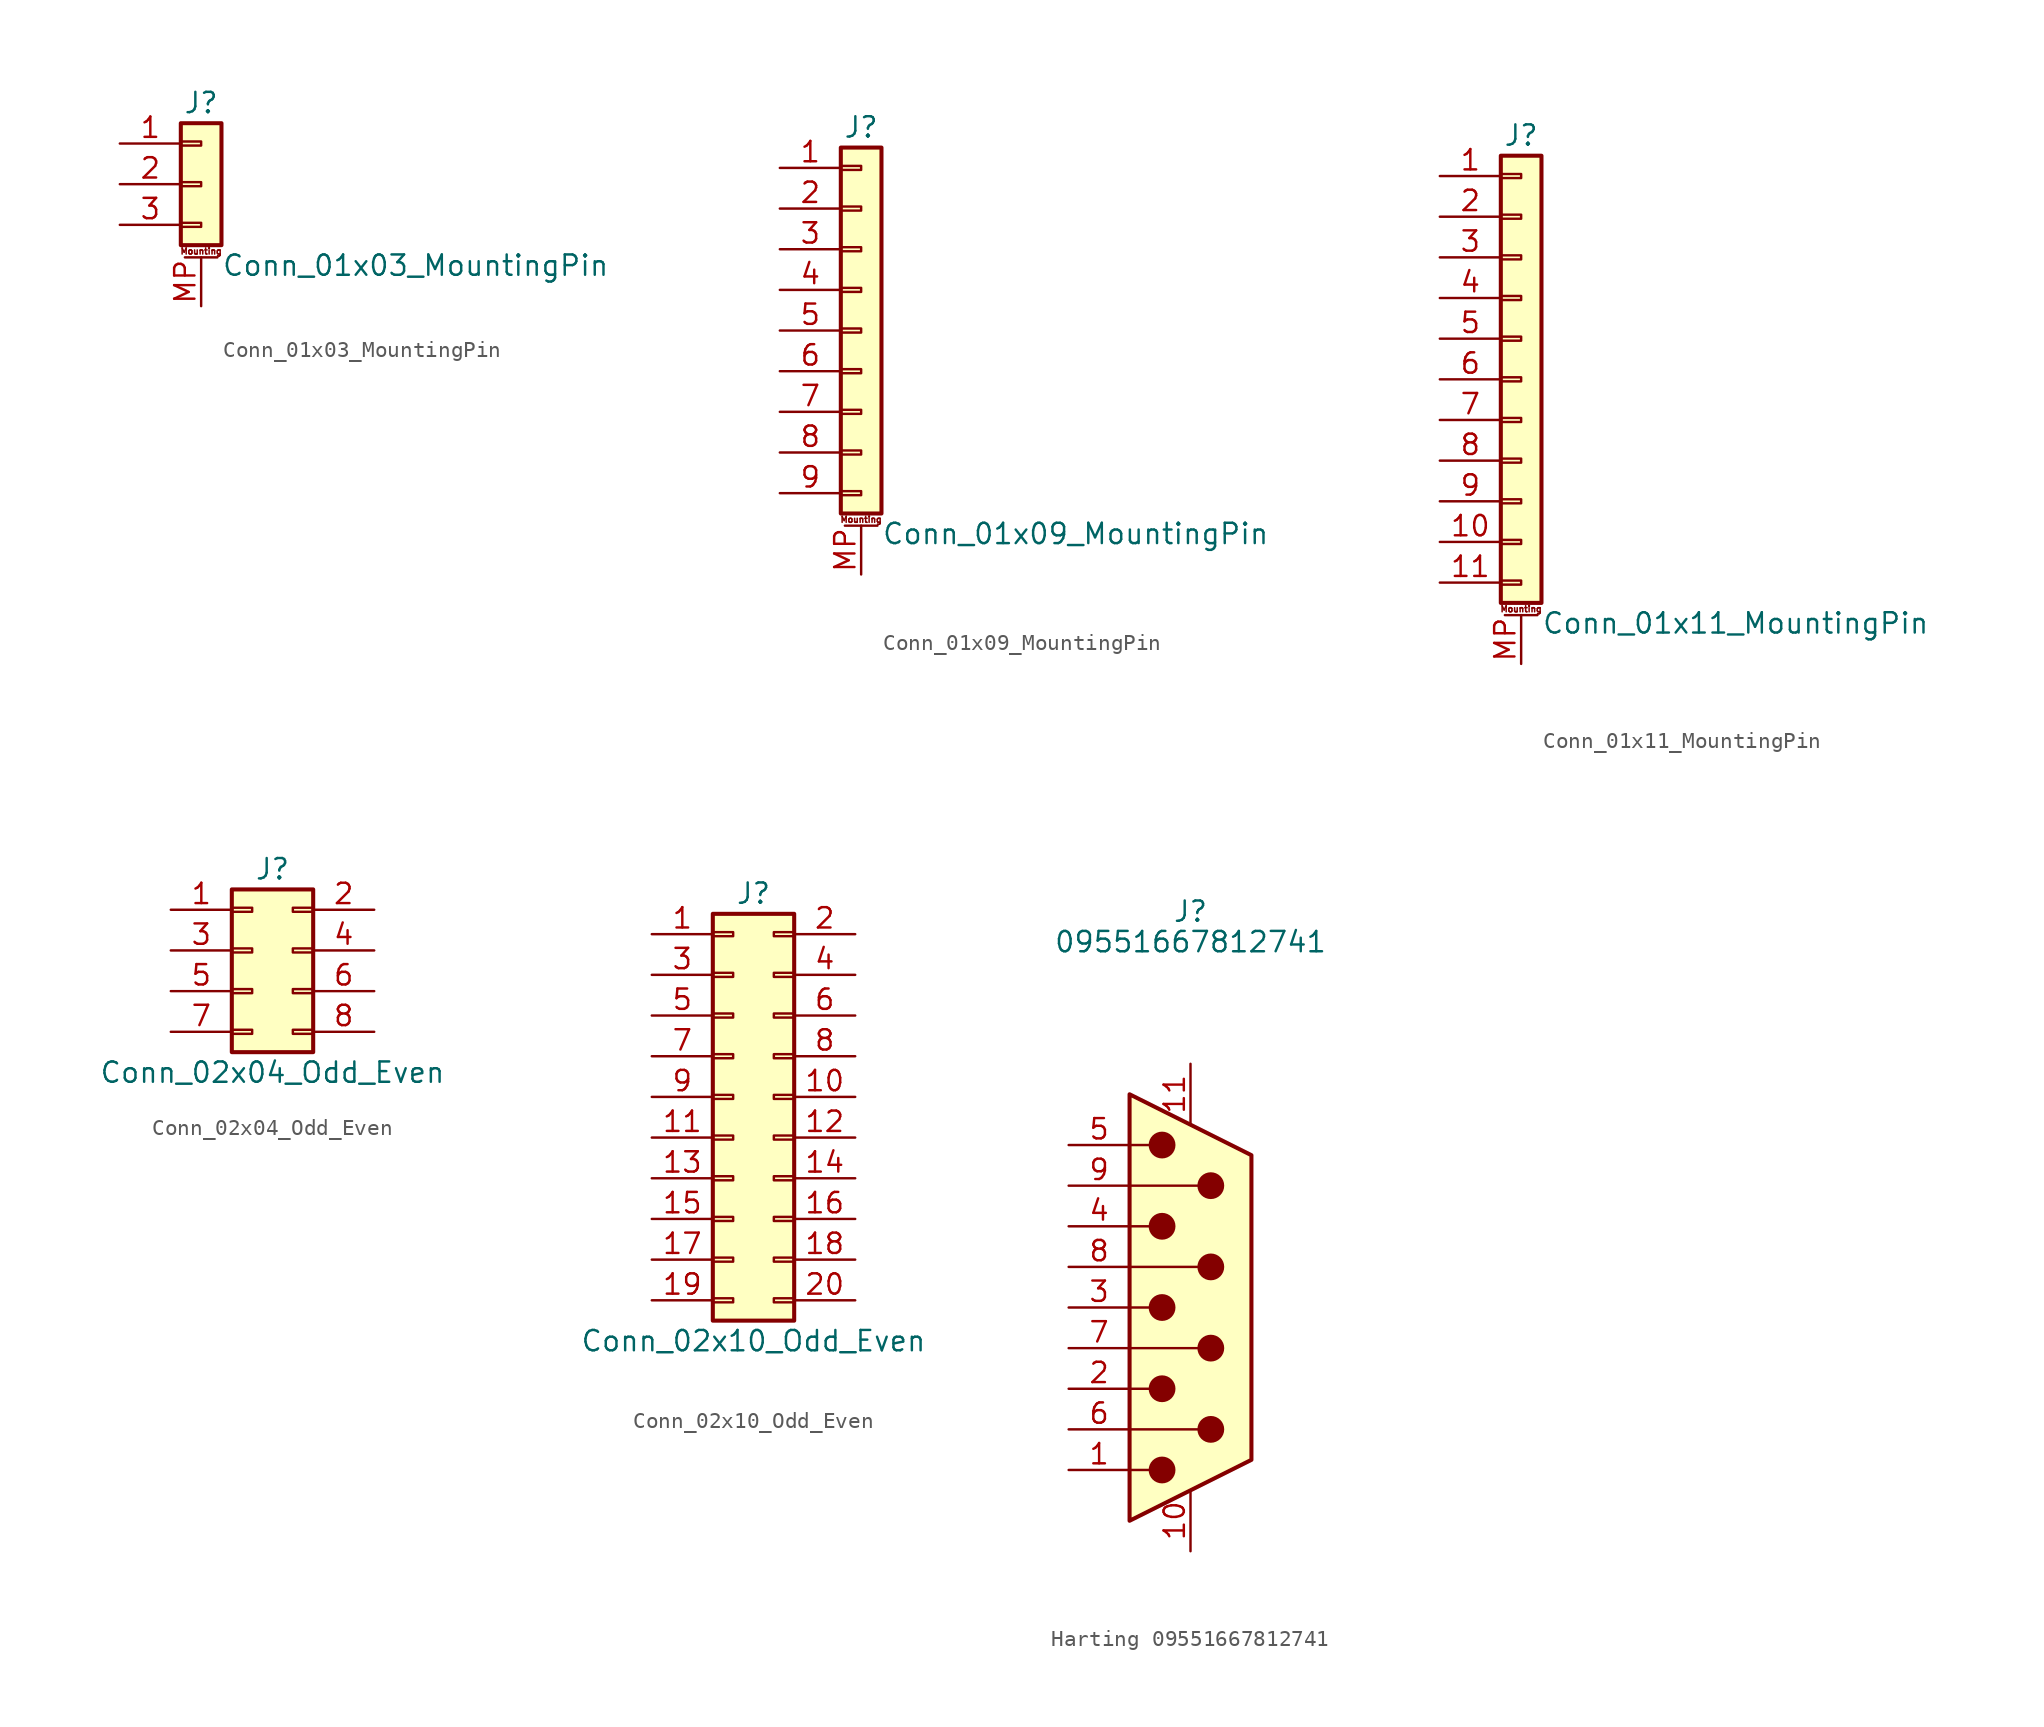
<source format=kicad_sym>
(kicad_symbol_lib
  (version 20241209)
  (generator "kicad_symbol_editor")
  (generator_version "9.0")
  (symbol "Conn_01x03_MountingPin"
    (pin_names
      (offset 1.016)
      (hide yes))
    (property "Reference" "J"
      (at 0 5.08 0)
      (effects (font (size 1.27 1.27))))
    (property "Value" "Conn_01x03_MountingPin"
      (at 1.27 -5.08 0)
      (effects (font (size 1.27 1.27)) (justify left)))
    (symbol "Conn_01x03_MountingPin_1_1"
      (rectangle (start -1.27 3.81) (end 1.27 -3.81) (stroke (width 0.254) (type default)) (fill (type background)))
      (rectangle (start -1.27 2.667) (end 0 2.413) (stroke (width 0.152) (type default)) (fill (type none)))
      (rectangle (start -1.27 0.127) (end 0 -0.127) (stroke (width 0.152) (type default)) (fill (type none)))
      (rectangle (start -1.27 -2.413) (end 0 -2.667) (stroke (width 0.152) (type default)) (fill (type none)))
      (polyline (pts (xy -1.016 -4.572) (xy 1.016 -4.572)) (stroke (width 0.152) (type default)) (fill (type none)))
      (text "Mounting" (at 0 -4.191 0) (effects (font (size 0.381 0.381))))
      (pin passive line (at -5.08 2.54 0) (length 3.81) (name "Pin_1" (effects (font (size 1.27 1.27)))) (number "1" (effects (font (size 1.27 1.27)))))
      (pin passive line (at -5.08 0 0) (length 3.81) (name "Pin_2" (effects (font (size 1.27 1.27)))) (number "2" (effects (font (size 1.27 1.27)))))
      (pin passive line (at -5.08 -2.54 0) (length 3.81) (name "Pin_3" (effects (font (size 1.27 1.27)))) (number "3" (effects (font (size 1.27 1.27)))))
      (pin passive line (at 0 -7.62 90) (length 3.048) (name "MountPin" (effects (font (size 1.27 1.27)))) (number "MP" (effects (font (size 1.27 1.27)))))))
  (symbol "Conn_01x09_MountingPin"
    (pin_names
      (offset 1.016)
      (hide yes))
    (property "Reference" "J"
      (at 0 12.7 0)
      (effects (font (size 1.27 1.27))))
    (property "Value" "Conn_01x09_MountingPin"
      (at 1.27 -12.7 0)
      (effects (font (size 1.27 1.27)) (justify left)))
    (symbol "Conn_01x09_MountingPin_1_1"
      (rectangle (start -1.27 11.43) (end 1.27 -11.43) (stroke (width 0.254) (type default)) (fill (type background)))
      (rectangle (start -1.27 10.287) (end 0 10.033) (stroke (width 0.152) (type default)) (fill (type none)))
      (rectangle (start -1.27 7.747) (end 0 7.493) (stroke (width 0.152) (type default)) (fill (type none)))
      (rectangle (start -1.27 5.207) (end 0 4.953) (stroke (width 0.152) (type default)) (fill (type none)))
      (rectangle (start -1.27 2.667) (end 0 2.413) (stroke (width 0.152) (type default)) (fill (type none)))
      (rectangle (start -1.27 0.127) (end 0 -0.127) (stroke (width 0.152) (type default)) (fill (type none)))
      (rectangle (start -1.27 -2.413) (end 0 -2.667) (stroke (width 0.152) (type default)) (fill (type none)))
      (rectangle (start -1.27 -4.953) (end 0 -5.207) (stroke (width 0.152) (type default)) (fill (type none)))
      (rectangle (start -1.27 -7.493) (end 0 -7.747) (stroke (width 0.152) (type default)) (fill (type none)))
      (rectangle (start -1.27 -10.033) (end 0 -10.287) (stroke (width 0.152) (type default)) (fill (type none)))
      (polyline (pts (xy -1.016 -12.192) (xy 1.016 -12.192)) (stroke (width 0.152) (type default)) (fill (type none)))
      (text "Mounting" (at 0 -11.811 0) (effects (font (size 0.381 0.381))))
      (pin passive line (at -5.08 10.16 0) (length 3.81) (name "Pin_1" (effects (font (size 1.27 1.27)))) (number "1" (effects (font (size 1.27 1.27)))))
      (pin passive line (at -5.08 7.62 0) (length 3.81) (name "Pin_2" (effects (font (size 1.27 1.27)))) (number "2" (effects (font (size 1.27 1.27)))))
      (pin passive line (at -5.08 5.08 0) (length 3.81) (name "Pin_3" (effects (font (size 1.27 1.27)))) (number "3" (effects (font (size 1.27 1.27)))))
      (pin passive line (at -5.08 2.54 0) (length 3.81) (name "Pin_4" (effects (font (size 1.27 1.27)))) (number "4" (effects (font (size 1.27 1.27)))))
      (pin passive line (at -5.08 0 0) (length 3.81) (name "Pin_5" (effects (font (size 1.27 1.27)))) (number "5" (effects (font (size 1.27 1.27)))))
      (pin passive line (at -5.08 -2.54 0) (length 3.81) (name "Pin_6" (effects (font (size 1.27 1.27)))) (number "6" (effects (font (size 1.27 1.27)))))
      (pin passive line (at -5.08 -5.08 0) (length 3.81) (name "Pin_7" (effects (font (size 1.27 1.27)))) (number "7" (effects (font (size 1.27 1.27)))))
      (pin passive line (at -5.08 -7.62 0) (length 3.81) (name "Pin_8" (effects (font (size 1.27 1.27)))) (number "8" (effects (font (size 1.27 1.27)))))
      (pin passive line (at -5.08 -10.16 0) (length 3.81) (name "Pin_9" (effects (font (size 1.27 1.27)))) (number "9" (effects (font (size 1.27 1.27)))))
      (pin passive line (at 0 -15.24 90) (length 3.048) (name "MountPin" (effects (font (size 1.27 1.27)))) (number "MP" (effects (font (size 1.27 1.27)))))))
  (symbol "Conn_01x11_MountingPin"
    (pin_names
      (offset 1.016)
      (hide yes))
    (property "Reference" "J"
      (at 0 15.24 0)
      (effects (font (size 1.27 1.27))))
    (property "Value" "Conn_01x11_MountingPin"
      (at 1.27 -15.24 0)
      (effects (font (size 1.27 1.27)) (justify left)))
    (symbol "Conn_01x11_MountingPin_1_1"
      (rectangle (start -1.27 13.97) (end 1.27 -13.97) (stroke (width 0.254) (type default)) (fill (type background)))
      (rectangle (start -1.27 12.827) (end 0 12.573) (stroke (width 0.152) (type default)) (fill (type none)))
      (rectangle (start -1.27 10.287) (end 0 10.033) (stroke (width 0.152) (type default)) (fill (type none)))
      (rectangle (start -1.27 7.747) (end 0 7.493) (stroke (width 0.152) (type default)) (fill (type none)))
      (rectangle (start -1.27 5.207) (end 0 4.953) (stroke (width 0.152) (type default)) (fill (type none)))
      (rectangle (start -1.27 2.667) (end 0 2.413) (stroke (width 0.152) (type default)) (fill (type none)))
      (rectangle (start -1.27 0.127) (end 0 -0.127) (stroke (width 0.152) (type default)) (fill (type none)))
      (rectangle (start -1.27 -2.413) (end 0 -2.667) (stroke (width 0.152) (type default)) (fill (type none)))
      (rectangle (start -1.27 -4.953) (end 0 -5.207) (stroke (width 0.152) (type default)) (fill (type none)))
      (rectangle (start -1.27 -7.493) (end 0 -7.747) (stroke (width 0.152) (type default)) (fill (type none)))
      (rectangle (start -1.27 -10.033) (end 0 -10.287) (stroke (width 0.152) (type default)) (fill (type none)))
      (rectangle (start -1.27 -12.573) (end 0 -12.827) (stroke (width 0.152) (type default)) (fill (type none)))
      (polyline (pts (xy -1.016 -14.732) (xy 1.016 -14.732)) (stroke (width 0.152) (type default)) (fill (type none)))
      (text "Mounting" (at 0 -14.351 0) (effects (font (size 0.381 0.381))))
      (pin passive line (at -5.08 12.7 0) (length 3.81) (name "Pin_1" (effects (font (size 1.27 1.27)))) (number "1" (effects (font (size 1.27 1.27)))))
      (pin passive line (at -5.08 10.16 0) (length 3.81) (name "Pin_2" (effects (font (size 1.27 1.27)))) (number "2" (effects (font (size 1.27 1.27)))))
      (pin passive line (at -5.08 7.62 0) (length 3.81) (name "Pin_3" (effects (font (size 1.27 1.27)))) (number "3" (effects (font (size 1.27 1.27)))))
      (pin passive line (at -5.08 5.08 0) (length 3.81) (name "Pin_4" (effects (font (size 1.27 1.27)))) (number "4" (effects (font (size 1.27 1.27)))))
      (pin passive line (at -5.08 2.54 0) (length 3.81) (name "Pin_5" (effects (font (size 1.27 1.27)))) (number "5" (effects (font (size 1.27 1.27)))))
      (pin passive line (at -5.08 0 0) (length 3.81) (name "Pin_6" (effects (font (size 1.27 1.27)))) (number "6" (effects (font (size 1.27 1.27)))))
      (pin passive line (at -5.08 -2.54 0) (length 3.81) (name "Pin_7" (effects (font (size 1.27 1.27)))) (number "7" (effects (font (size 1.27 1.27)))))
      (pin passive line (at -5.08 -5.08 0) (length 3.81) (name "Pin_8" (effects (font (size 1.27 1.27)))) (number "8" (effects (font (size 1.27 1.27)))))
      (pin passive line (at -5.08 -7.62 0) (length 3.81) (name "Pin_9" (effects (font (size 1.27 1.27)))) (number "9" (effects (font (size 1.27 1.27)))))
      (pin passive line (at -5.08 -10.16 0) (length 3.81) (name "Pin_10" (effects (font (size 1.27 1.27)))) (number "10" (effects (font (size 1.27 1.27)))))
      (pin passive line (at -5.08 -12.7 0) (length 3.81) (name "Pin_11" (effects (font (size 1.27 1.27)))) (number "11" (effects (font (size 1.27 1.27)))))
      (pin passive line (at 0 -17.78 90) (length 3.048) (name "MountPin" (effects (font (size 1.27 1.27)))) (number "MP" (effects (font (size 1.27 1.27)))))))
  (symbol "Conn_02x04_Odd_Even"
    (pin_names
      (offset 1.016)
      (hide yes))
    (property "Reference" "J"
      (at 1.27 5.08 0)
      (effects (font (size 1.27 1.27))))
    (property "Value" "Conn_02x04_Odd_Even"
      (at 1.27 -7.62 0)
      (effects (font (size 1.27 1.27))))
    (symbol "Conn_02x04_Odd_Even_1_1"
      (rectangle (start -1.27 3.81) (end 3.81 -6.35) (stroke (width 0.254) (type default)) (fill (type background)))
      (rectangle (start -1.27 2.667) (end 0 2.413) (stroke (width 0.152) (type default)) (fill (type none)))
      (rectangle (start -1.27 0.127) (end 0 -0.127) (stroke (width 0.152) (type default)) (fill (type none)))
      (rectangle (start -1.27 -2.413) (end 0 -2.667) (stroke (width 0.152) (type default)) (fill (type none)))
      (rectangle (start -1.27 -4.953) (end 0 -5.207) (stroke (width 0.152) (type default)) (fill (type none)))
      (rectangle (start 3.81 2.667) (end 2.54 2.413) (stroke (width 0.152) (type default)) (fill (type none)))
      (rectangle (start 3.81 0.127) (end 2.54 -0.127) (stroke (width 0.152) (type default)) (fill (type none)))
      (rectangle (start 3.81 -2.413) (end 2.54 -2.667) (stroke (width 0.152) (type default)) (fill (type none)))
      (rectangle (start 3.81 -4.953) (end 2.54 -5.207) (stroke (width 0.152) (type default)) (fill (type none)))
      (pin passive line (at -5.08 2.54 0) (length 3.81) (name "Pin_1" (effects (font (size 1.27 1.27)))) (number "1" (effects (font (size 1.27 1.27)))))
      (pin passive line (at -5.08 0 0) (length 3.81) (name "Pin_3" (effects (font (size 1.27 1.27)))) (number "3" (effects (font (size 1.27 1.27)))))
      (pin passive line (at -5.08 -2.54 0) (length 3.81) (name "Pin_5" (effects (font (size 1.27 1.27)))) (number "5" (effects (font (size 1.27 1.27)))))
      (pin passive line (at -5.08 -5.08 0) (length 3.81) (name "Pin_7" (effects (font (size 1.27 1.27)))) (number "7" (effects (font (size 1.27 1.27)))))
      (pin passive line (at 7.62 2.54 180) (length 3.81) (name "Pin_2" (effects (font (size 1.27 1.27)))) (number "2" (effects (font (size 1.27 1.27)))))
      (pin passive line (at 7.62 0 180) (length 3.81) (name "Pin_4" (effects (font (size 1.27 1.27)))) (number "4" (effects (font (size 1.27 1.27)))))
      (pin passive line (at 7.62 -2.54 180) (length 3.81) (name "Pin_6" (effects (font (size 1.27 1.27)))) (number "6" (effects (font (size 1.27 1.27)))))
      (pin passive line (at 7.62 -5.08 180) (length 3.81) (name "Pin_8" (effects (font (size 1.27 1.27)))) (number "8" (effects (font (size 1.27 1.27)))))))
  (symbol "Conn_02x10_Odd_Even"
    (pin_names
      (offset 1.016)
      (hide yes))
    (property "Reference" "J"
      (at 1.27 12.7 0)
      (effects (font (size 1.27 1.27))))
    (property "Value" "Conn_02x10_Odd_Even"
      (at 1.27 -15.24 0)
      (effects (font (size 1.27 1.27))))
    (symbol "Conn_02x10_Odd_Even_1_1"
      (rectangle (start -1.27 11.43) (end 3.81 -13.97) (stroke (width 0.254) (type default)) (fill (type background)))
      (rectangle (start -1.27 10.287) (end 0 10.033) (stroke (width 0.152) (type default)) (fill (type none)))
      (rectangle (start -1.27 7.747) (end 0 7.493) (stroke (width 0.152) (type default)) (fill (type none)))
      (rectangle (start -1.27 5.207) (end 0 4.953) (stroke (width 0.152) (type default)) (fill (type none)))
      (rectangle (start -1.27 2.667) (end 0 2.413) (stroke (width 0.152) (type default)) (fill (type none)))
      (rectangle (start -1.27 0.127) (end 0 -0.127) (stroke (width 0.152) (type default)) (fill (type none)))
      (rectangle (start -1.27 -2.413) (end 0 -2.667) (stroke (width 0.152) (type default)) (fill (type none)))
      (rectangle (start -1.27 -4.953) (end 0 -5.207) (stroke (width 0.152) (type default)) (fill (type none)))
      (rectangle (start -1.27 -7.493) (end 0 -7.747) (stroke (width 0.152) (type default)) (fill (type none)))
      (rectangle (start -1.27 -10.033) (end 0 -10.287) (stroke (width 0.152) (type default)) (fill (type none)))
      (rectangle (start -1.27 -12.573) (end 0 -12.827) (stroke (width 0.152) (type default)) (fill (type none)))
      (rectangle (start 3.81 10.287) (end 2.54 10.033) (stroke (width 0.152) (type default)) (fill (type none)))
      (rectangle (start 3.81 7.747) (end 2.54 7.493) (stroke (width 0.152) (type default)) (fill (type none)))
      (rectangle (start 3.81 5.207) (end 2.54 4.953) (stroke (width 0.152) (type default)) (fill (type none)))
      (rectangle (start 3.81 2.667) (end 2.54 2.413) (stroke (width 0.152) (type default)) (fill (type none)))
      (rectangle (start 3.81 0.127) (end 2.54 -0.127) (stroke (width 0.152) (type default)) (fill (type none)))
      (rectangle (start 3.81 -2.413) (end 2.54 -2.667) (stroke (width 0.152) (type default)) (fill (type none)))
      (rectangle (start 3.81 -4.953) (end 2.54 -5.207) (stroke (width 0.152) (type default)) (fill (type none)))
      (rectangle (start 3.81 -7.493) (end 2.54 -7.747) (stroke (width 0.152) (type default)) (fill (type none)))
      (rectangle (start 3.81 -10.033) (end 2.54 -10.287) (stroke (width 0.152) (type default)) (fill (type none)))
      (rectangle (start 3.81 -12.573) (end 2.54 -12.827) (stroke (width 0.152) (type default)) (fill (type none)))
      (pin passive line (at -5.08 10.16 0) (length 3.81) (name "Pin_1" (effects (font (size 1.27 1.27)))) (number "1" (effects (font (size 1.27 1.27)))))
      (pin passive line (at -5.08 7.62 0) (length 3.81) (name "Pin_3" (effects (font (size 1.27 1.27)))) (number "3" (effects (font (size 1.27 1.27)))))
      (pin passive line (at -5.08 5.08 0) (length 3.81) (name "Pin_5" (effects (font (size 1.27 1.27)))) (number "5" (effects (font (size 1.27 1.27)))))
      (pin passive line (at -5.08 2.54 0) (length 3.81) (name "Pin_7" (effects (font (size 1.27 1.27)))) (number "7" (effects (font (size 1.27 1.27)))))
      (pin passive line (at -5.08 0 0) (length 3.81) (name "Pin_9" (effects (font (size 1.27 1.27)))) (number "9" (effects (font (size 1.27 1.27)))))
      (pin passive line (at -5.08 -2.54 0) (length 3.81) (name "Pin_11" (effects (font (size 1.27 1.27)))) (number "11" (effects (font (size 1.27 1.27)))))
      (pin passive line (at -5.08 -5.08 0) (length 3.81) (name "Pin_13" (effects (font (size 1.27 1.27)))) (number "13" (effects (font (size 1.27 1.27)))))
      (pin passive line (at -5.08 -7.62 0) (length 3.81) (name "Pin_15" (effects (font (size 1.27 1.27)))) (number "15" (effects (font (size 1.27 1.27)))))
      (pin passive line (at -5.08 -10.16 0) (length 3.81) (name "Pin_17" (effects (font (size 1.27 1.27)))) (number "17" (effects (font (size 1.27 1.27)))))
      (pin passive line (at -5.08 -12.7 0) (length 3.81) (name "Pin_19" (effects (font (size 1.27 1.27)))) (number "19" (effects (font (size 1.27 1.27)))))
      (pin passive line (at 7.62 10.16 180) (length 3.81) (name "Pin_2" (effects (font (size 1.27 1.27)))) (number "2" (effects (font (size 1.27 1.27)))))
      (pin passive line (at 7.62 7.62 180) (length 3.81) (name "Pin_4" (effects (font (size 1.27 1.27)))) (number "4" (effects (font (size 1.27 1.27)))))
      (pin passive line (at 7.62 5.08 180) (length 3.81) (name "Pin_6" (effects (font (size 1.27 1.27)))) (number "6" (effects (font (size 1.27 1.27)))))
      (pin passive line (at 7.62 2.54 180) (length 3.81) (name "Pin_8" (effects (font (size 1.27 1.27)))) (number "8" (effects (font (size 1.27 1.27)))))
      (pin passive line (at 7.62 0 180) (length 3.81) (name "Pin_10" (effects (font (size 1.27 1.27)))) (number "10" (effects (font (size 1.27 1.27)))))
      (pin passive line (at 7.62 -2.54 180) (length 3.81) (name "Pin_12" (effects (font (size 1.27 1.27)))) (number "12" (effects (font (size 1.27 1.27)))))
      (pin passive line (at 7.62 -5.08 180) (length 3.81) (name "Pin_14" (effects (font (size 1.27 1.27)))) (number "14" (effects (font (size 1.27 1.27)))))
      (pin passive line (at 7.62 -7.62 180) (length 3.81) (name "Pin_16" (effects (font (size 1.27 1.27)))) (number "16" (effects (font (size 1.27 1.27)))))
      (pin passive line (at 7.62 -10.16 180) (length 3.81) (name "Pin_18" (effects (font (size 1.27 1.27)))) (number "18" (effects (font (size 1.27 1.27)))))
      (pin passive line (at 7.62 -12.7 180) (length 3.81) (name "Pin_20" (effects (font (size 1.27 1.27)))) (number "20" (effects (font (size 1.27 1.27)))))))
  (symbol "Harting 09551667812741"
    (pin_names
      (offset 1.016)
      (hide yes))
    (property "Reference" "J"
      (at 0 24.765 0)
      (effects (font (size 1.27 1.27))))
    (property "Value" "09551667812741"
      (at 0 22.86 0)
      (effects (font (size 1.27 1.27))))
    (symbol "Harting 09551667812741_0_1"
      (polyline (pts (xy -3.81 10.16) (xy -2.54 10.16)) (stroke (width 0) (type default)) (fill (type none)))
      (polyline (pts (xy -3.81 7.62) (xy 0.508 7.62)) (stroke (width 0) (type default)) (fill (type none)))
      (polyline (pts (xy -3.81 5.08) (xy -2.54 5.08)) (stroke (width 0) (type default)) (fill (type none)))
      (polyline (pts (xy -3.81 2.54) (xy 0.508 2.54)) (stroke (width 0) (type default)) (fill (type none)))
      (polyline (pts (xy -3.81 0) (xy -2.54 0)) (stroke (width 0) (type default)) (fill (type none)))
      (polyline (pts (xy -3.81 -2.54) (xy 0.508 -2.54)) (stroke (width 0) (type default)) (fill (type none)))
      (polyline (pts (xy -3.81 -5.08) (xy -2.54 -5.08)) (stroke (width 0) (type default)) (fill (type none)))
      (polyline (pts (xy -3.81 -7.62) (xy 0.508 -7.62)) (stroke (width 0) (type default)) (fill (type none)))
      (polyline (pts (xy -3.81 -10.16) (xy -2.54 -10.16)) (stroke (width 0) (type default)) (fill (type none)))
      (polyline (pts (xy -3.81 -13.335) (xy -3.81 13.335) (xy 3.81 9.525) (xy 3.81 -9.525) (xy -3.81 -13.335)) (stroke (width 0.254) (type default)) (fill (type background)))
      (circle (center -1.778 10.16) (radius 0.762) (stroke (width 0) (type default)) (fill (type outline)))
      (circle (center -1.778 5.08) (radius 0.762) (stroke (width 0) (type default)) (fill (type outline)))
      (circle (center -1.778 0) (radius 0.762) (stroke (width 0) (type default)) (fill (type outline)))
      (circle (center -1.778 -5.08) (radius 0.762) (stroke (width 0) (type default)) (fill (type outline)))
      (circle (center -1.778 -10.16) (radius 0.762) (stroke (width 0) (type default)) (fill (type outline)))
      (circle (center 1.27 7.62) (radius 0.762) (stroke (width 0) (type default)) (fill (type outline)))
      (circle (center 1.27 2.54) (radius 0.762) (stroke (width 0) (type default)) (fill (type outline)))
      (circle (center 1.27 -2.54) (radius 0.762) (stroke (width 0) (type default)) (fill (type outline)))
      (circle (center 1.27 -7.62) (radius 0.762) (stroke (width 0) (type default)) (fill (type outline))))
    (symbol "Harting 09551667812741_1_1"
      (pin passive line (at -7.62 10.16 0) (length 3.81) (name "5" (effects (font (size 1.27 1.27)))) (number "5" (effects (font (size 1.27 1.27)))))
      (pin passive line (at -7.62 7.62 0) (length 3.81) (name "9" (effects (font (size 1.27 1.27)))) (number "9" (effects (font (size 1.27 1.27)))))
      (pin passive line (at -7.62 5.08 0) (length 3.81) (name "4" (effects (font (size 1.27 1.27)))) (number "4" (effects (font (size 1.27 1.27)))))
      (pin passive line (at -7.62 2.54 0) (length 3.81) (name "8" (effects (font (size 1.27 1.27)))) (number "8" (effects (font (size 1.27 1.27)))))
      (pin passive line (at -7.62 0 0) (length 3.81) (name "3" (effects (font (size 1.27 1.27)))) (number "3" (effects (font (size 1.27 1.27)))))
      (pin passive line (at -7.62 -2.54 0) (length 3.81) (name "7" (effects (font (size 1.27 1.27)))) (number "7" (effects (font (size 1.27 1.27)))))
      (pin passive line (at -7.62 -5.08 0) (length 3.81) (name "2" (effects (font (size 1.27 1.27)))) (number "2" (effects (font (size 1.27 1.27)))))
      (pin passive line (at -7.62 -7.62 0) (length 3.81) (name "6" (effects (font (size 1.27 1.27)))) (number "6" (effects (font (size 1.27 1.27)))))
      (pin passive line (at -7.62 -10.16 0) (length 3.81) (name "1" (effects (font (size 1.27 1.27)))) (number "1" (effects (font (size 1.27 1.27)))))
      (pin passive line (at 0 15.24 270) (length 3.81) (name "PAD" (effects (font (size 1.27 1.27)))) (number "11" (effects (font (size 1.27 1.27)))))
      (pin passive line (at 0 -15.24 90) (length 3.81) (name "PAD" (effects (font (size 1.27 1.27)))) (number "10" (effects (font (size 1.27 1.27))))))))
</source>
